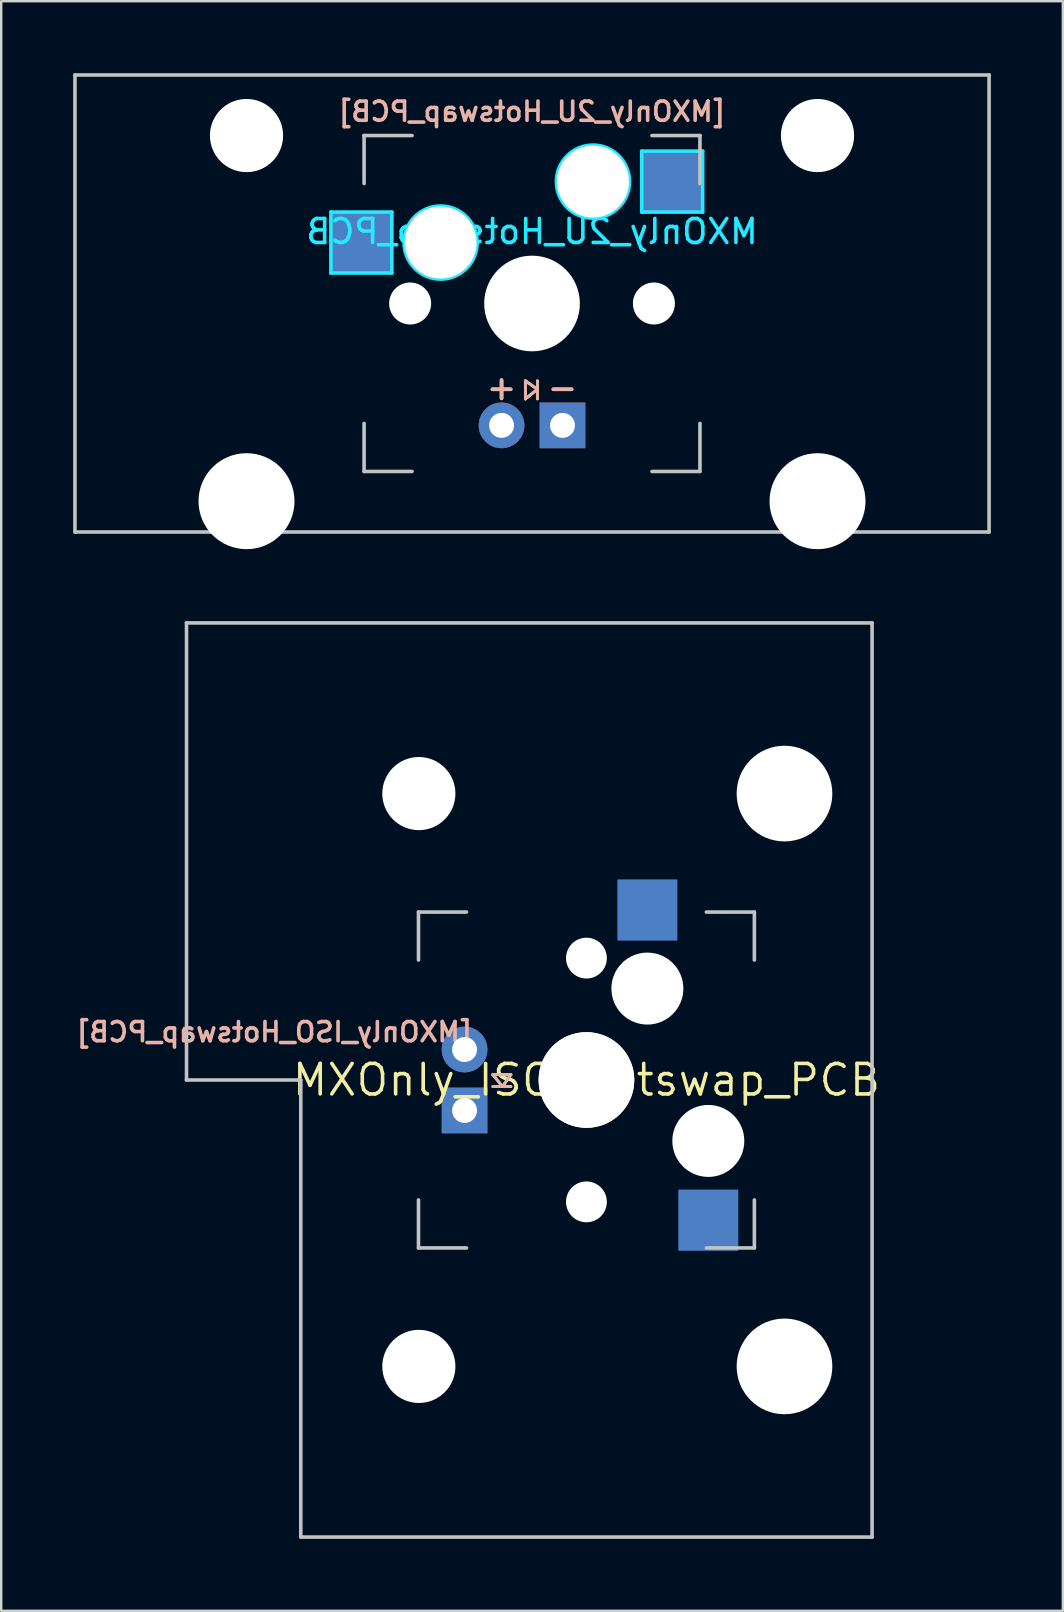
<source format=kicad_pcb>
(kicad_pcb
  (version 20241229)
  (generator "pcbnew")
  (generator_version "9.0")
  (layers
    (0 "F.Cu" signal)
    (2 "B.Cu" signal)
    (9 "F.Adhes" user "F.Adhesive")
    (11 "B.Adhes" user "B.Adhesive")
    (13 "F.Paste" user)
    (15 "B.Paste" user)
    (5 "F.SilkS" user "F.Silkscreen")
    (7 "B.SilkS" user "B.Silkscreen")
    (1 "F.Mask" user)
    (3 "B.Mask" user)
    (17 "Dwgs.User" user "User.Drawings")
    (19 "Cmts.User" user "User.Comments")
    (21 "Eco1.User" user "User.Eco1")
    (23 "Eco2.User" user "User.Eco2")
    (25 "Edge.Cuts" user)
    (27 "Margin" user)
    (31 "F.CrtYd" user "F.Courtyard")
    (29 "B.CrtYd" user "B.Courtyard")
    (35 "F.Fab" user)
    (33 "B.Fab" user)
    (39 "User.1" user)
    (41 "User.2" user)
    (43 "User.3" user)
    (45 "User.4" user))
  (footprint "MXOnly_ISO_Hotswap_PCB"
    (layer "F.Cu")
    (at 21.393 41.965)
    (property "Reference" "MXOnly_ISO_Hotswap_PCB" (at 0 0 0) (layer "F.SilkS") (effects (font (size 1.27 1.27) (thickness 0.15))))
    (attr through_hole)
    (fp_line (start -3.9 -0.225) (end -3.5 0.275) (stroke (width 0.12) (type solid)) (layer "F.SilkS"))
    (fp_line (start -3.5 0.275) (end -3.15 -0.225) (stroke (width 0.12) (type solid)) (layer "F.SilkS"))
    (fp_line (start -3.15 -0.225) (end -3.9 -0.225) (stroke (width 0.12) (type solid)) (layer "F.SilkS"))
    (fp_line (start -3.15 0.275) (end -3.9 0.275) (stroke (width 0.12) (type solid)) (layer "F.SilkS"))
    (fp_line (start -3.9 -0.225) (end -3.5 0.275) (stroke (width 0.12) (type solid)) (layer "B.SilkS"))
    (fp_line (start -3.5 0.275) (end -3.15 -0.225) (stroke (width 0.12) (type solid)) (layer "B.SilkS"))
    (fp_line (start -3.15 -0.225) (end -3.9 -0.225) (stroke (width 0.12) (type solid)) (layer "B.SilkS"))
    (fp_line (start -3.15 0.275) (end -3.9 0.275) (stroke (width 0.12) (type solid)) (layer "B.SilkS"))
    (fp_line (start -16.669 -19.05) (end -16.669 0) (stroke (width 0.15) (type solid)) (layer "Dwgs.User"))
    (fp_line (start -16.669 -19.05) (end 11.906 -19.05) (stroke (width 0.15) (type solid)) (layer "Dwgs.User"))
    (fp_line (start -11.906 0) (end -16.669 0) (stroke (width 0.15) (type solid)) (layer "Dwgs.User"))
    (fp_line (start -11.906 19.05) (end -11.906 0) (stroke (width 0.15) (type solid)) (layer "Dwgs.User"))
    (fp_line (start -11.906 19.05) (end 11.906 19.05) (stroke (width 0.15) (type solid)) (layer "Dwgs.User"))
    (fp_line (start -7 -7) (end -7 -5) (stroke (width 0.15) (type solid)) (layer "Dwgs.User"))
    (fp_line (start -7 5) (end -7 7) (stroke (width 0.15) (type solid)) (layer "Dwgs.User"))
    (fp_line (start -7 7) (end -5 7) (stroke (width 0.15) (type solid)) (layer "Dwgs.User"))
    (fp_line (start -5 -7) (end -7 -7) (stroke (width 0.15) (type solid)) (layer "Dwgs.User"))
    (fp_line (start 5 -7) (end 7 -7) (stroke (width 0.15) (type solid)) (layer "Dwgs.User"))
    (fp_line (start 5 7) (end 7 7) (stroke (width 0.15) (type solid)) (layer "Dwgs.User"))
    (fp_line (start 7 -7) (end 7 -5) (stroke (width 0.15) (type solid)) (layer "Dwgs.User"))
    (fp_line (start 7 7) (end 7 5) (stroke (width 0.15) (type solid)) (layer "Dwgs.User"))
    (fp_line (start 11.906 -19.05) (end 11.906 19.05) (stroke (width 0.15) (type solid)) (layer "Dwgs.User"))
    (fp_line (start -6.985 -6.985) (end -4.877 -6.985) (stroke (width 0.05) (type solid)) (layer "Eco1.User"))
    (fp_line (start -6.985 6.985) (end -6.985 -6.985) (stroke (width 0.05) (type solid)) (layer "Eco1.User"))
    (fp_line (start -5.69 -15.265) (end -2.286 -15.265) (stroke (width 0.05) (type solid)) (layer "Eco1.User"))
    (fp_line (start -5.69 -8.611) (end -5.69 -15.265) (stroke (width 0.05) (type solid)) (layer "Eco1.User"))
    (fp_line (start -5.69 8.611) (end -4.877 8.611) (stroke (width 0.05) (type solid)) (layer "Eco1.User"))
    (fp_line (start -5.69 15.265) (end -5.69 8.611) (stroke (width 0.05) (type solid)) (layer "Eco1.User"))
    (fp_line (start -4.877 -8.611) (end -5.69 -8.611) (stroke (width 0.05) (type solid)) (layer "Eco1.User"))
    (fp_line (start -4.877 -6.985) (end -4.877 -8.611) (stroke (width 0.05) (type solid)) (layer "Eco1.User"))
    (fp_line (start -4.877 6.985) (end -6.985 6.985) (stroke (width 0.05) (type solid)) (layer "Eco1.User"))
    (fp_line (start -4.877 8.611) (end -4.877 6.985) (stroke (width 0.05) (type solid)) (layer "Eco1.User"))
    (fp_line (start -2.286 -16.129) (end 0.508 -16.129) (stroke (width 0.05) (type solid)) (layer "Eco1.User"))
    (fp_line (start -2.286 -15.265) (end -2.286 -16.129) (stroke (width 0.05) (type solid)) (layer "Eco1.User"))
    (fp_line (start -2.286 15.265) (end -5.69 15.265) (stroke (width 0.05) (type solid)) (layer "Eco1.User"))
    (fp_line (start -2.286 16.129) (end -2.286 15.265) (stroke (width 0.05) (type solid)) (layer "Eco1.User"))
    (fp_line (start 0.508 -16.129) (end 0.508 -15.265) (stroke (width 0.05) (type solid)) (layer "Eco1.User"))
    (fp_line (start 0.508 -15.265) (end 6.604 -15.265) (stroke (width 0.05) (type solid)) (layer "Eco1.User"))
    (fp_line (start 0.508 15.265) (end 0.508 16.129) (stroke (width 0.05) (type solid)) (layer "Eco1.User"))
    (fp_line (start 0.508 16.129) (end -2.286 16.129) (stroke (width 0.05) (type solid)) (layer "Eco1.User"))
    (fp_line (start 5.817 -8.611) (end 5.817 -6.985) (stroke (width 0.05) (type solid)) (layer "Eco1.User"))
    (fp_line (start 5.817 -6.985) (end 6.985 -6.985) (stroke (width 0.05) (type solid)) (layer "Eco1.User"))
    (fp_line (start 5.817 6.985) (end 5.817 8.611) (stroke (width 0.05) (type solid)) (layer "Eco1.User"))
    (fp_line (start 5.817 8.611) (end 6.604 8.611) (stroke (width 0.05) (type solid)) (layer "Eco1.User"))
    (fp_line (start 6.604 -15.265) (end 6.604 -14.224) (stroke (width 0.05) (type solid)) (layer "Eco1.User"))
    (fp_line (start 6.604 -14.224) (end 7.772 -14.224) (stroke (width 0.05) (type solid)) (layer "Eco1.User"))
    (fp_line (start 6.604 -9.652) (end 6.604 -8.611) (stroke (width 0.05) (type solid)) (layer "Eco1.User"))
    (fp_line (start 6.604 -8.611) (end 5.817 -8.611) (stroke (width 0.05) (type solid)) (layer "Eco1.User"))
    (fp_line (start 6.604 8.611) (end 6.604 9.652) (stroke (width 0.05) (type solid)) (layer "Eco1.User"))
    (fp_line (start 6.604 9.652) (end 7.772 9.652) (stroke (width 0.05) (type solid)) (layer "Eco1.User"))
    (fp_line (start 6.604 14.224) (end 6.604 15.265) (stroke (width 0.05) (type solid)) (layer "Eco1.User"))
    (fp_line (start 6.604 15.265) (end 0.508 15.265) (stroke (width 0.05) (type solid)) (layer "Eco1.User"))
    (fp_line (start 6.985 -6.985) (end 6.985 6.985) (stroke (width 0.05) (type solid)) (layer "Eco1.User"))
    (fp_line (start 6.985 6.985) (end 5.817 6.985) (stroke (width 0.05) (type solid)) (layer "Eco1.User"))
    (fp_line (start 7.772 -14.224) (end 7.772 -9.652) (stroke (width 0.05) (type solid)) (layer "Eco1.User"))
    (fp_line (start 7.772 -9.652) (end 6.604 -9.652) (stroke (width 0.05) (type solid)) (layer "Eco1.User"))
    (fp_line (start 7.772 9.652) (end 7.772 14.224) (stroke (width 0.05) (type solid)) (layer "Eco1.User"))
    (fp_line (start 7.772 14.224) (end 6.604 14.224) (stroke (width 0.05) (type solid)) (layer "Eco1.User"))
    (fp_text user "[${REFERENCE}]" (at -13 -2 180) (layer "B.SilkS") (effects (font (size 0.8 0.8) (thickness 0.15)) (justify mirror)))
    (pad "" np_thru_hole circle (at -6.985 -11.938) (size 3.048 3.048) (drill 3.048) (layers "*.Cu" "*.Mask"))
    (pad "" np_thru_hole circle (at -6.985 11.938) (size 3.048 3.048) (drill 3.048) (layers "*.Cu" "*.Mask"))
    (pad "" np_thru_hole circle (at 0 -5.08 48.1) (size 1.702 1.702) (drill 1.702) (layers "*.Cu" "*.Mask"))
    (pad "" np_thru_hole circle (at 0 0) (size 3.988 3.988) (drill 3.988) (layers "*.Cu" "*.Mask"))
    (pad "" np_thru_hole circle (at 0 0 270) (size 3.988 3.988) (drill 3.988) (layers "*.Cu" "*.Mask"))
    (pad "" np_thru_hole circle (at 0 5.08 48.1) (size 1.702 1.702) (drill 1.702) (layers "*.Cu" "*.Mask"))
    (pad "" np_thru_hole circle (at 2.54 -3.81 270) (size 3 3) (drill 3) (layers "*.Cu" "*.Mask"))
    (pad "" np_thru_hole circle (at 5.08 2.54 270) (size 3 3) (drill 3) (layers "*.Cu" "*.Mask"))
    (pad "" np_thru_hole circle (at 8.255 -11.938) (size 3.988 3.988) (drill 3.988) (layers "*.Cu" "*.Mask"))
    (pad "" np_thru_hole circle (at 8.255 11.938) (size 3.988 3.988) (drill 3.988) (layers "*.Cu" "*.Mask"))
    (pad "1" smd rect (at 2.54 -7.085 270) (size 2.55 2.5) (layers "B.Cu" "B.Mask" "B.Paste"))
    (pad "2" smd rect (at 5.08 5.842 270) (size 2.55 2.5) (layers "B.Cu" "B.Mask" "B.Paste"))
    (pad "3" thru_hole circle (at -5.08 -1.27) (size 1.905 1.905) (drill 1.04) (layers "*.Cu" "B.Mask"))
    (pad "4" thru_hole rect (at -5.08 1.27) (size 1.905 1.905) (drill 1.04) (layers "*.Cu" "B.Mask")))
  (footprint "MXOnly_2U_Hotswap_PCB"
    (layer "F.Cu")
    (at 19.125 9.6)
    (property "Reference" "MXOnly_2U_Hotswap_PCB" (at 0 -3 0) (layer "B.CrtYd") (effects (font (size 1 1) (thickness 0.15)) (justify mirror)))
    (attr smd)
    (fp_line (start -0.275 3.225) (end -0.275 3.975) (stroke (width 0.12) (type solid)) (layer "F.SilkS"))
    (fp_line (start -0.275 3.975) (end 0.225 3.575) (stroke (width 0.12) (type solid)) (layer "F.SilkS"))
    (fp_line (start 0.225 3.225) (end 0.225 3.975) (stroke (width 0.12) (type solid)) (layer "F.SilkS"))
    (fp_line (start 0.225 3.575) (end -0.275 3.225) (stroke (width 0.12) (type solid)) (layer "F.SilkS"))
    (fp_line (start -0.275 3.225) (end -0.275 3.975) (stroke (width 0.12) (type solid)) (layer "B.SilkS"))
    (fp_line (start -0.275 3.975) (end 0.225 3.575) (stroke (width 0.12) (type solid)) (layer "B.SilkS"))
    (fp_line (start 0.225 3.225) (end 0.225 3.975) (stroke (width 0.12) (type solid)) (layer "B.SilkS"))
    (fp_line (start 0.225 3.575) (end -0.275 3.225) (stroke (width 0.12) (type solid)) (layer "B.SilkS"))
    (fp_line (start -19.05 -9.525) (end 19.05 -9.525) (stroke (width 0.15) (type solid)) (layer "Dwgs.User"))
    (fp_line (start -19.05 9.525) (end -19.05 -9.525) (stroke (width 0.15) (type solid)) (layer "Dwgs.User"))
    (fp_line (start -7 -7) (end -7 -5) (stroke (width 0.15) (type solid)) (layer "Dwgs.User"))
    (fp_line (start -7 5) (end -7 7) (stroke (width 0.15) (type solid)) (layer "Dwgs.User"))
    (fp_line (start -7 7) (end -5 7) (stroke (width 0.15) (type solid)) (layer "Dwgs.User"))
    (fp_line (start -5 -7) (end -7 -7) (stroke (width 0.15) (type solid)) (layer "Dwgs.User"))
    (fp_line (start 5 -7) (end 7 -7) (stroke (width 0.15) (type solid)) (layer "Dwgs.User"))
    (fp_line (start 5 7) (end 7 7) (stroke (width 0.15) (type solid)) (layer "Dwgs.User"))
    (fp_line (start 7 -7) (end 7 -5) (stroke (width 0.15) (type solid)) (layer "Dwgs.User"))
    (fp_line (start 7 7) (end 7 5) (stroke (width 0.15) (type solid)) (layer "Dwgs.User"))
    (fp_line (start 19.05 -9.525) (end 19.05 9.525) (stroke (width 0.15) (type solid)) (layer "Dwgs.User"))
    (fp_line (start 19.05 9.525) (end -19.05 9.525) (stroke (width 0.15) (type solid)) (layer "Dwgs.User"))
    (fp_line (start -16.129 -2.286) (end -15.265 -2.286) (stroke (width 0.05) (type solid)) (layer "Eco1.User"))
    (fp_line (start -16.129 0.508) (end -16.129 -2.286) (stroke (width 0.05) (type solid)) (layer "Eco1.User"))
    (fp_line (start -15.265 -5.69) (end -8.611 -5.69) (stroke (width 0.05) (type solid)) (layer "Eco1.User"))
    (fp_line (start -15.265 -2.286) (end -15.265 -5.69) (stroke (width 0.05) (type solid)) (layer "Eco1.User"))
    (fp_line (start -15.265 0.508) (end -16.129 0.508) (stroke (width 0.05) (type solid)) (layer "Eco1.User"))
    (fp_line (start -15.265 6.604) (end -15.265 0.508) (stroke (width 0.05) (type solid)) (layer "Eco1.User"))
    (fp_line (start -14.224 6.604) (end -15.265 6.604) (stroke (width 0.05) (type solid)) (layer "Eco1.User"))
    (fp_line (start -14.224 7.772) (end -14.224 6.604) (stroke (width 0.05) (type solid)) (layer "Eco1.User"))
    (fp_line (start -9.652 6.604) (end -9.652 7.772) (stroke (width 0.05) (type solid)) (layer "Eco1.User"))
    (fp_line (start -9.652 7.772) (end -14.224 7.772) (stroke (width 0.05) (type solid)) (layer "Eco1.User"))
    (fp_line (start -8.611 -5.69) (end -8.611 -4.877) (stroke (width 0.05) (type solid)) (layer "Eco1.User"))
    (fp_line (start -8.611 -4.877) (end -6.985 -4.877) (stroke (width 0.05) (type solid)) (layer "Eco1.User"))
    (fp_line (start -8.611 5.817) (end -8.611 6.604) (stroke (width 0.05) (type solid)) (layer "Eco1.User"))
    (fp_line (start -8.611 6.604) (end -9.652 6.604) (stroke (width 0.05) (type solid)) (layer "Eco1.User"))
    (fp_line (start -6.985 -6.985) (end 6.985 -6.985) (stroke (width 0.05) (type solid)) (layer "Eco1.User"))
    (fp_line (start -6.985 -4.877) (end -6.985 -6.985) (stroke (width 0.05) (type solid)) (layer "Eco1.User"))
    (fp_line (start -6.985 5.817) (end -8.611 5.817) (stroke (width 0.05) (type solid)) (layer "Eco1.User"))
    (fp_line (start -6.985 6.985) (end -6.985 5.817) (stroke (width 0.05) (type solid)) (layer "Eco1.User"))
    (fp_line (start 6.985 -6.985) (end 6.985 -4.877) (stroke (width 0.05) (type solid)) (layer "Eco1.User"))
    (fp_line (start 6.985 -4.877) (end 8.611 -4.877) (stroke (width 0.05) (type solid)) (layer "Eco1.User"))
    (fp_line (start 6.985 5.817) (end 6.985 6.985) (stroke (width 0.05) (type solid)) (layer "Eco1.User"))
    (fp_line (start 6.985 6.985) (end -6.985 6.985) (stroke (width 0.05) (type solid)) (layer "Eco1.User"))
    (fp_line (start 8.611 -5.69) (end 15.265 -5.69) (stroke (width 0.05) (type solid)) (layer "Eco1.User"))
    (fp_line (start 8.611 -4.877) (end 8.611 -5.69) (stroke (width 0.05) (type solid)) (layer "Eco1.User"))
    (fp_line (start 8.611 5.817) (end 6.985 5.817) (stroke (width 0.05) (type solid)) (layer "Eco1.User"))
    (fp_line (start 8.611 6.604) (end 8.611 5.817) (stroke (width 0.05) (type solid)) (layer "Eco1.User"))
    (fp_line (start 9.652 6.604) (end 8.611 6.604) (stroke (width 0.05) (type solid)) (layer "Eco1.User"))
    (fp_line (start 9.652 7.772) (end 9.652 6.604) (stroke (width 0.05) (type solid)) (layer "Eco1.User"))
    (fp_line (start 14.224 6.604) (end 14.224 7.772) (stroke (width 0.05) (type solid)) (layer "Eco1.User"))
    (fp_line (start 14.224 7.772) (end 9.652 7.772) (stroke (width 0.05) (type solid)) (layer "Eco1.User"))
    (fp_line (start 15.265 -5.69) (end 15.265 -2.286) (stroke (width 0.05) (type solid)) (layer "Eco1.User"))
    (fp_line (start 15.265 -2.286) (end 16.129 -2.286) (stroke (width 0.05) (type solid)) (layer "Eco1.User"))
    (fp_line (start 15.265 0.508) (end 15.265 6.604) (stroke (width 0.05) (type solid)) (layer "Eco1.User"))
    (fp_line (start 15.265 6.604) (end 14.224 6.604) (stroke (width 0.05) (type solid)) (layer "Eco1.User"))
    (fp_line (start 16.129 -2.286) (end 16.129 0.508) (stroke (width 0.05) (type solid)) (layer "Eco1.User"))
    (fp_line (start 16.129 0.508) (end 15.265 0.508) (stroke (width 0.05) (type solid)) (layer "Eco1.User"))
    (fp_line (start -8.382 -3.81) (end -5.842 -3.81) (stroke (width 0.15) (type solid)) (layer "B.CrtYd"))
    (fp_line (start -8.382 -1.27) (end -8.382 -3.81) (stroke (width 0.15) (type solid)) (layer "B.CrtYd"))
    (fp_line (start -5.842 -3.81) (end -5.842 -1.27) (stroke (width 0.15) (type solid)) (layer "B.CrtYd"))
    (fp_line (start -5.842 -1.27) (end -8.382 -1.27) (stroke (width 0.15) (type solid)) (layer "B.CrtYd"))
    (fp_line (start 4.572 -6.35) (end 7.112 -6.35) (stroke (width 0.15) (type solid)) (layer "B.CrtYd"))
    (fp_line (start 4.572 -3.81) (end 4.572 -6.35) (stroke (width 0.15) (type solid)) (layer "B.CrtYd"))
    (fp_line (start 7.112 -6.35) (end 7.112 -3.81) (stroke (width 0.15) (type solid)) (layer "B.CrtYd"))
    (fp_line (start 7.112 -3.81) (end 4.572 -3.81) (stroke (width 0.15) (type solid)) (layer "B.CrtYd"))
    (fp_circle (center -3.81 -2.54) (end -3.81 -4.064) (stroke (width 0.15) (type solid)) (fill no) (layer "B.CrtYd"))
    (fp_circle (center 2.54 -5.08) (end 2.54 -6.604) (stroke (width 0.15) (type solid)) (fill no) (layer "B.CrtYd"))
    (fp_text user "+" (at -1.27 3.5 0) (layer "F.SilkS") (effects (font (size 1 1) (thickness 0.15))))
    (fp_text user "-" (at 1.27 3.5 0) (layer "F.SilkS") (effects (font (size 1 1) (thickness 0.15))))
    (fp_text user "+" (at -1.27 3.5 0) (layer "B.SilkS") (effects (font (size 1 1) (thickness 0.15))))
    (fp_text user "-" (at 1.27 3.5 0) (layer "B.SilkS") (effects (font (size 1 1) (thickness 0.15))))
    (fp_text user "[${REFERENCE}]" (at 0 -8 0) (layer "B.SilkS") (effects (font (size 0.8 0.8) (thickness 0.15)) (justify mirror)))
    (pad "" np_thru_hole circle (at -11.9 -7) (size 3.05 3.05) (drill 3.05) (layers "*.Cu" "*.Mask"))
    (pad "" np_thru_hole circle (at -11.9 8.24) (size 4 4) (drill 4) (layers "*.Cu" "*.Mask"))
    (pad "" np_thru_hole circle (at -5.08 0 48.1) (size 1.75 1.75) (drill 1.75) (layers "*.Cu" "*.Mask"))
    (pad "" np_thru_hole circle (at -3.81 -2.54) (size 3 3) (drill 3) (layers "*.Cu" "*.Mask"))
    (pad "" np_thru_hole circle (at 0 0) (size 3.988 3.988) (drill 3.988) (layers "*.Cu" "*.Mask"))
    (pad "" np_thru_hole circle (at 2.54 -5.08) (size 3 3) (drill 3) (layers "*.Cu" "*.Mask"))
    (pad "" np_thru_hole circle (at 5.08 0 48.1) (size 1.75 1.75) (drill 1.75) (layers "*.Cu" "*.Mask"))
    (pad "" np_thru_hole circle (at 11.9 -7) (size 3.05 3.05) (drill 3.05) (layers "*.Cu" "*.Mask"))
    (pad "" np_thru_hole circle (at 11.9 8.24) (size 4 4) (drill 4) (layers "*.Cu" "*.Mask"))
    (pad "1" smd rect (at -7.085 -2.54) (size 2.55 2.5) (layers "B.Cu" "B.Mask" "B.Paste"))
    (pad "2" smd rect (at 5.842 -5.08) (size 2.55 2.5) (layers "B.Cu" "B.Mask" "B.Paste"))
    (pad "3" thru_hole circle (at -1.27 5.08) (size 1.905 1.905) (drill 1.04) (layers "*.Cu" "*.Mask"))
    (pad "4" thru_hole rect (at 1.27 5.08) (size 1.905 1.905) (drill 1.04) (layers "*.Cu" "*.Mask")))
  (gr_rect
    (start -3 -3)
    (end 41.25 64.09)
    (stroke (width 0.1) (type default))
    (fill no)
    (layer "Edge.Cuts")))
</source>
